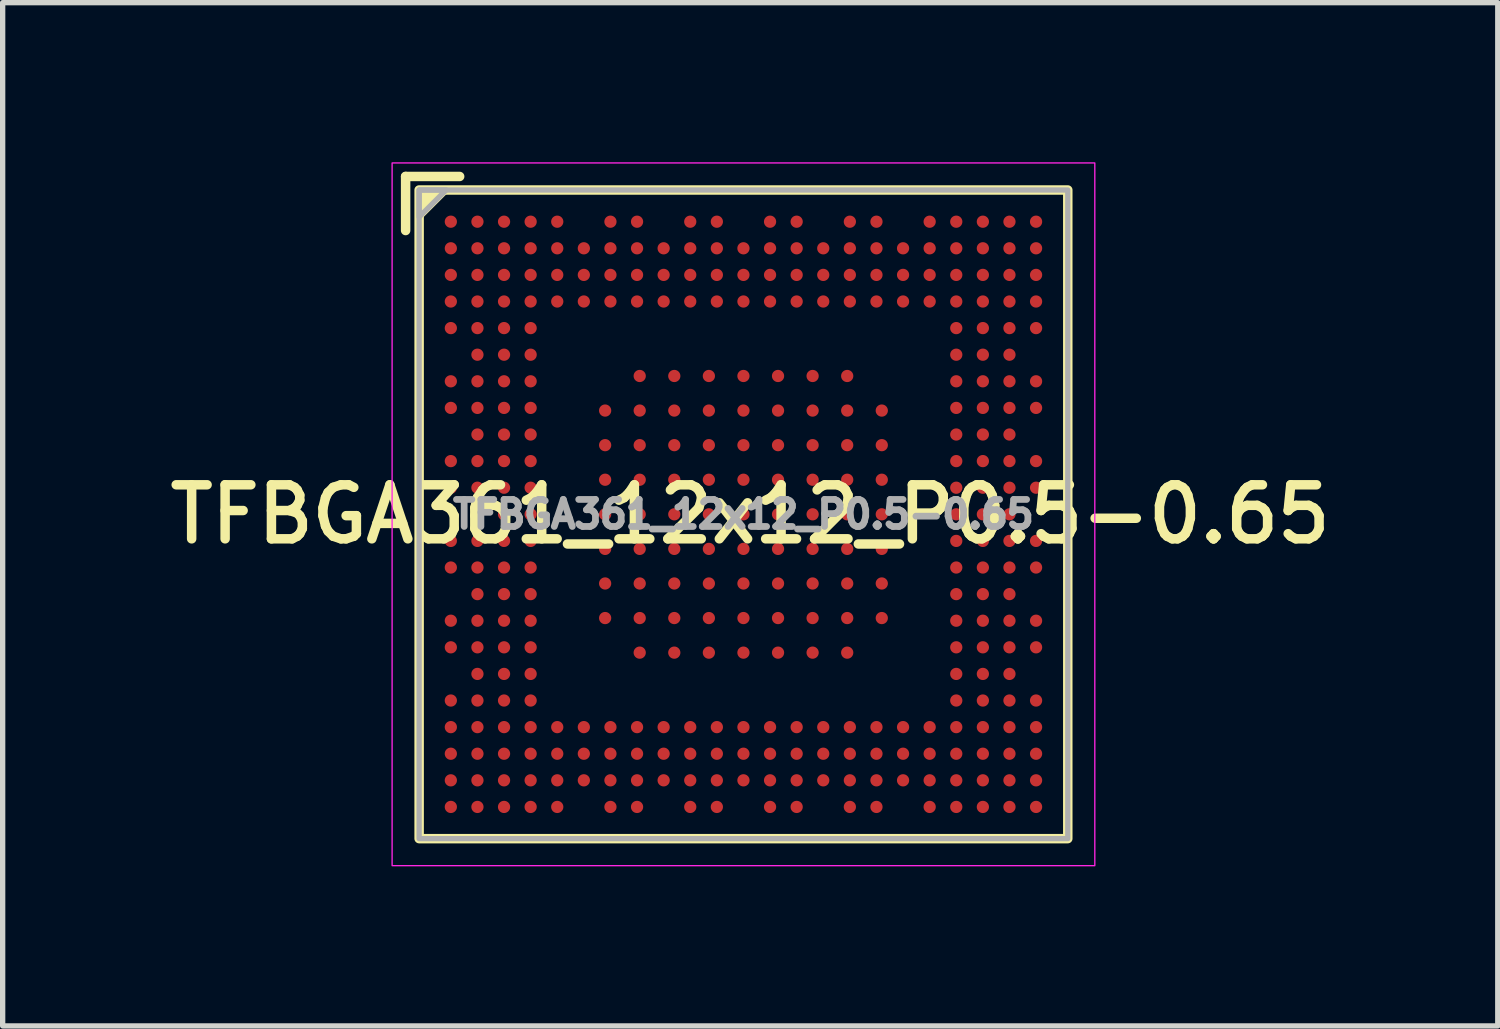
<source format=kicad_pcb>
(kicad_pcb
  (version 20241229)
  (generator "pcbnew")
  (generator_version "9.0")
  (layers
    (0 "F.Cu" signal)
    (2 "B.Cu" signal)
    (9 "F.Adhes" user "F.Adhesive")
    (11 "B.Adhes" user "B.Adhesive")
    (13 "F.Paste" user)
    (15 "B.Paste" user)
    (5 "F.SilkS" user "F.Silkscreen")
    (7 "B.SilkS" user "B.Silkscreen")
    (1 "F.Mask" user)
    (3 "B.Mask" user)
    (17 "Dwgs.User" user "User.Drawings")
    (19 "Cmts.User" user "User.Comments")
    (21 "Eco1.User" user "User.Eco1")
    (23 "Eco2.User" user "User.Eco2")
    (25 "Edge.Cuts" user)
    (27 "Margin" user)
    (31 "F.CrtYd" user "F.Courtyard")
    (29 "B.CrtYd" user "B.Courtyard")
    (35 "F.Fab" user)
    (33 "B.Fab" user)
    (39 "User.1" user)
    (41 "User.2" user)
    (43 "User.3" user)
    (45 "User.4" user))
  (footprint "TFBGA361_12x12_P0.5-0.65"
    (layer "F.Cu")
    (at 10.924 6.617)
    (property "Reference" "TFBGA361_12x12_P0.5-0.65" (at 0.127 0 0) (layer "F.SilkS") (effects (font (size 1.016 1.016) (thickness 0.178))))
    (attr smd)
    (fp_line (start -6.35 -6.35) (end -5.334 -6.35) (stroke (width 0.178) (type solid)) (layer "F.SilkS"))
    (fp_line (start -6.35 -5.334) (end -6.35 -6.35) (stroke (width 0.178) (type solid)) (layer "F.SilkS"))
    (fp_rect (start -6.096 -6.096) (end 6.096 6.096) (stroke (width 0.178) (type solid)) (fill no) (layer "F.SilkS"))
    (fp_poly (pts (xy -6.096 -5.588) (xy -6.096 -6.096) (xy -5.588 -6.096)) (stroke (width 0.12) (type solid)) (fill yes) (layer "F.SilkS"))
    (fp_rect (start -6.604 -6.604) (end 6.604 6.604) (stroke (width 0.025) (type solid)) (fill no) (layer "F.CrtYd"))
    (fp_rect (start -6.096 -6.096) (end 6.096 6.096) (stroke (width 0.1) (type solid)) (fill no) (layer "F.Fab"))
    (fp_poly (pts (xy -6.096 -5.588) (xy -6.096 -6.096) (xy -5.588 -6.096)) (stroke (width 0.1) (type solid)) (fill no) (layer "F.Fab"))
    (fp_text user "${REFERENCE}" (at 0 0 0) (layer "F.Fab") (effects (font (size 0.508 0.508) (thickness 0.127))))
    (pad "1A2" smd circle (at -1.95 -2.6) (size 0.23 0.23) (layers "F.Cu" "F.Mask" "F.Paste"))
    (pad "1A3" smd circle (at -1.3 -2.6) (size 0.23 0.23) (layers "F.Cu" "F.Mask" "F.Paste"))
    (pad "1A4" smd circle (at -0.65 -2.6) (size 0.23 0.23) (layers "F.Cu" "F.Mask" "F.Paste"))
    (pad "1A5" smd circle (at 0 -2.6) (size 0.23 0.23) (layers "F.Cu" "F.Mask" "F.Paste"))
    (pad "1A6" smd circle (at 0.65 -2.6) (size 0.23 0.23) (layers "F.Cu" "F.Mask" "F.Paste"))
    (pad "1A7" smd circle (at 1.3 -2.6) (size 0.23 0.23) (layers "F.Cu" "F.Mask" "F.Paste"))
    (pad "1A8" smd circle (at 1.95 -2.6) (size 0.23 0.23) (layers "F.Cu" "F.Mask" "F.Paste"))
    (pad "1B1" smd circle (at -2.6 -1.95) (size 0.23 0.23) (layers "F.Cu" "F.Mask" "F.Paste"))
    (pad "1B2" smd circle (at -1.95 -1.95) (size 0.23 0.23) (layers "F.Cu" "F.Mask" "F.Paste"))
    (pad "1B3" smd circle (at -1.3 -1.95) (size 0.23 0.23) (layers "F.Cu" "F.Mask" "F.Paste"))
    (pad "1B4" smd circle (at -0.65 -1.95) (size 0.23 0.23) (layers "F.Cu" "F.Mask" "F.Paste"))
    (pad "1B5" smd circle (at 0 -1.95) (size 0.23 0.23) (layers "F.Cu" "F.Mask" "F.Paste"))
    (pad "1B6" smd circle (at 0.65 -1.95) (size 0.23 0.23) (layers "F.Cu" "F.Mask" "F.Paste"))
    (pad "1B7" smd circle (at 1.3 -1.95) (size 0.23 0.23) (layers "F.Cu" "F.Mask" "F.Paste"))
    (pad "1B8" smd circle (at 1.95 -1.95) (size 0.23 0.23) (layers "F.Cu" "F.Mask" "F.Paste"))
    (pad "1B9" smd circle (at 2.6 -1.95) (size 0.23 0.23) (layers "F.Cu" "F.Mask" "F.Paste"))
    (pad "1C1" smd circle (at -2.6 -1.3) (size 0.23 0.23) (layers "F.Cu" "F.Mask" "F.Paste"))
    (pad "1C2" smd circle (at -1.95 -1.3) (size 0.23 0.23) (layers "F.Cu" "F.Mask" "F.Paste"))
    (pad "1C3" smd circle (at -1.3 -1.3) (size 0.23 0.23) (layers "F.Cu" "F.Mask" "F.Paste"))
    (pad "1C4" smd circle (at -0.65 -1.3) (size 0.23 0.23) (layers "F.Cu" "F.Mask" "F.Paste"))
    (pad "1C5" smd circle (at 0 -1.3) (size 0.23 0.23) (layers "F.Cu" "F.Mask" "F.Paste"))
    (pad "1C6" smd circle (at 0.65 -1.3) (size 0.23 0.23) (layers "F.Cu" "F.Mask" "F.Paste"))
    (pad "1C7" smd circle (at 1.3 -1.3) (size 0.23 0.23) (layers "F.Cu" "F.Mask" "F.Paste"))
    (pad "1C8" smd circle (at 1.95 -1.3) (size 0.23 0.23) (layers "F.Cu" "F.Mask" "F.Paste"))
    (pad "1C9" smd circle (at 2.6 -1.3) (size 0.23 0.23) (layers "F.Cu" "F.Mask" "F.Paste"))
    (pad "1D1" smd circle (at -2.6 -0.65) (size 0.23 0.23) (layers "F.Cu" "F.Mask" "F.Paste"))
    (pad "1D2" smd circle (at -1.95 -0.65) (size 0.23 0.23) (layers "F.Cu" "F.Mask" "F.Paste"))
    (pad "1D3" smd circle (at -1.3 -0.65) (size 0.23 0.23) (layers "F.Cu" "F.Mask" "F.Paste"))
    (pad "1D4" smd circle (at -0.65 -0.65) (size 0.23 0.23) (layers "F.Cu" "F.Mask" "F.Paste"))
    (pad "1D5" smd circle (at 0 -0.65) (size 0.23 0.23) (layers "F.Cu" "F.Mask" "F.Paste"))
    (pad "1D6" smd circle (at 0.65 -0.65) (size 0.23 0.23) (layers "F.Cu" "F.Mask" "F.Paste"))
    (pad "1D7" smd circle (at 1.3 -0.65) (size 0.23 0.23) (layers "F.Cu" "F.Mask" "F.Paste"))
    (pad "1D8" smd circle (at 1.95 -0.65) (size 0.23 0.23) (layers "F.Cu" "F.Mask" "F.Paste"))
    (pad "1D9" smd circle (at 2.6 -0.65) (size 0.23 0.23) (layers "F.Cu" "F.Mask" "F.Paste"))
    (pad "1E1" smd circle (at -2.6 0) (size 0.23 0.23) (layers "F.Cu" "F.Mask" "F.Paste"))
    (pad "1E2" smd circle (at -1.95 0) (size 0.23 0.23) (layers "F.Cu" "F.Mask" "F.Paste"))
    (pad "1E3" smd circle (at -1.3 0) (size 0.23 0.23) (layers "F.Cu" "F.Mask" "F.Paste"))
    (pad "1E4" smd circle (at -0.65 0) (size 0.23 0.23) (layers "F.Cu" "F.Mask" "F.Paste"))
    (pad "1E5" smd circle (at 0 0) (size 0.23 0.23) (layers "F.Cu" "F.Mask" "F.Paste"))
    (pad "1E6" smd circle (at 0.65 0) (size 0.23 0.23) (layers "F.Cu" "F.Mask" "F.Paste"))
    (pad "1E7" smd circle (at 1.3 0) (size 0.23 0.23) (layers "F.Cu" "F.Mask" "F.Paste"))
    (pad "1E8" smd circle (at 1.95 0) (size 0.23 0.23) (layers "F.Cu" "F.Mask" "F.Paste"))
    (pad "1E9" smd circle (at 2.6 0) (size 0.23 0.23) (layers "F.Cu" "F.Mask" "F.Paste"))
    (pad "1F1" smd circle (at -2.6 0.65) (size 0.23 0.23) (layers "F.Cu" "F.Mask" "F.Paste"))
    (pad "1F2" smd circle (at -1.95 0.65) (size 0.23 0.23) (layers "F.Cu" "F.Mask" "F.Paste"))
    (pad "1F3" smd circle (at -1.3 0.65) (size 0.23 0.23) (layers "F.Cu" "F.Mask" "F.Paste"))
    (pad "1F4" smd circle (at -0.65 0.65) (size 0.23 0.23) (layers "F.Cu" "F.Mask" "F.Paste"))
    (pad "1F5" smd circle (at 0 0.65) (size 0.23 0.23) (layers "F.Cu" "F.Mask" "F.Paste"))
    (pad "1F6" smd circle (at 0.65 0.65) (size 0.23 0.23) (layers "F.Cu" "F.Mask" "F.Paste"))
    (pad "1F7" smd circle (at 1.3 0.65) (size 0.23 0.23) (layers "F.Cu" "F.Mask" "F.Paste"))
    (pad "1F8" smd circle (at 1.95 0.65) (size 0.23 0.23) (layers "F.Cu" "F.Mask" "F.Paste"))
    (pad "1F9" smd circle (at 2.6 0.65) (size 0.23 0.23) (layers "F.Cu" "F.Mask" "F.Paste"))
    (pad "1G1" smd circle (at -2.6 1.3) (size 0.23 0.23) (layers "F.Cu" "F.Mask" "F.Paste"))
    (pad "1G2" smd circle (at -1.95 1.3) (size 0.23 0.23) (layers "F.Cu" "F.Mask" "F.Paste"))
    (pad "1G3" smd circle (at -1.3 1.3) (size 0.23 0.23) (layers "F.Cu" "F.Mask" "F.Paste"))
    (pad "1G4" smd circle (at -0.65 1.3) (size 0.23 0.23) (layers "F.Cu" "F.Mask" "F.Paste"))
    (pad "1G5" smd circle (at 0 1.3) (size 0.23 0.23) (layers "F.Cu" "F.Mask" "F.Paste"))
    (pad "1G6" smd circle (at 0.65 1.3) (size 0.23 0.23) (layers "F.Cu" "F.Mask" "F.Paste"))
    (pad "1G7" smd circle (at 1.3 1.3) (size 0.23 0.23) (layers "F.Cu" "F.Mask" "F.Paste"))
    (pad "1G8" smd circle (at 1.95 1.3) (size 0.23 0.23) (layers "F.Cu" "F.Mask" "F.Paste"))
    (pad "1G9" smd circle (at 2.6 1.3) (size 0.23 0.23) (layers "F.Cu" "F.Mask" "F.Paste"))
    (pad "1H1" smd circle (at -2.6 1.95) (size 0.23 0.23) (layers "F.Cu" "F.Mask" "F.Paste"))
    (pad "1H2" smd circle (at -1.95 1.95) (size 0.23 0.23) (layers "F.Cu" "F.Mask" "F.Paste"))
    (pad "1H3" smd circle (at -1.3 1.95) (size 0.23 0.23) (layers "F.Cu" "F.Mask" "F.Paste"))
    (pad "1H4" smd circle (at -0.65 1.95) (size 0.23 0.23) (layers "F.Cu" "F.Mask" "F.Paste"))
    (pad "1H5" smd circle (at 0 1.95) (size 0.23 0.23) (layers "F.Cu" "F.Mask" "F.Paste"))
    (pad "1H6" smd circle (at 0.65 1.95) (size 0.23 0.23) (layers "F.Cu" "F.Mask" "F.Paste"))
    (pad "1H7" smd circle (at 1.3 1.95) (size 0.23 0.23) (layers "F.Cu" "F.Mask" "F.Paste"))
    (pad "1H8" smd circle (at 1.95 1.95) (size 0.23 0.23) (layers "F.Cu" "F.Mask" "F.Paste"))
    (pad "1H9" smd circle (at 2.6 1.95) (size 0.23 0.23) (layers "F.Cu" "F.Mask" "F.Paste"))
    (pad "1J2" smd circle (at -1.95 2.6) (size 0.23 0.23) (layers "F.Cu" "F.Mask" "F.Paste"))
    (pad "1J3" smd circle (at -1.3 2.6) (size 0.23 0.23) (layers "F.Cu" "F.Mask" "F.Paste"))
    (pad "1J4" smd circle (at -0.65 2.6) (size 0.23 0.23) (layers "F.Cu" "F.Mask" "F.Paste"))
    (pad "1J5" smd circle (at 0 2.6) (size 0.23 0.23) (layers "F.Cu" "F.Mask" "F.Paste"))
    (pad "1J6" smd circle (at 0.65 2.6) (size 0.23 0.23) (layers "F.Cu" "F.Mask" "F.Paste"))
    (pad "1J7" smd circle (at 1.3 2.6) (size 0.23 0.23) (layers "F.Cu" "F.Mask" "F.Paste"))
    (pad "1J8" smd circle (at 1.95 2.6) (size 0.23 0.23) (layers "F.Cu" "F.Mask" "F.Paste"))
    (pad "A1" smd circle (at -5.5 -5.5) (size 0.23 0.23) (layers "F.Cu" "F.Mask" "F.Paste"))
    (pad "A2" smd circle (at -5 -5.5) (size 0.23 0.23) (layers "F.Cu" "F.Mask" "F.Paste"))
    (pad "A3" smd circle (at -4.5 -5.5) (size 0.23 0.23) (layers "F.Cu" "F.Mask" "F.Paste"))
    (pad "A4" smd circle (at -4 -5.5) (size 0.23 0.23) (layers "F.Cu" "F.Mask" "F.Paste"))
    (pad "A5" smd circle (at -3.5 -5.5) (size 0.23 0.23) (layers "F.Cu" "F.Mask" "F.Paste"))
    (pad "A7" smd circle (at -2.5 -5.5) (size 0.23 0.23) (layers "F.Cu" "F.Mask" "F.Paste"))
    (pad "A8" smd circle (at -2 -5.5) (size 0.23 0.23) (layers "F.Cu" "F.Mask" "F.Paste"))
    (pad "A10" smd circle (at -1 -5.5) (size 0.23 0.23) (layers "F.Cu" "F.Mask" "F.Paste"))
    (pad "A11" smd circle (at -0.5 -5.5) (size 0.23 0.23) (layers "F.Cu" "F.Mask" "F.Paste"))
    (pad "A13" smd circle (at 0.5 -5.5) (size 0.23 0.23) (layers "F.Cu" "F.Mask" "F.Paste"))
    (pad "A14" smd circle (at 1 -5.5) (size 0.23 0.23) (layers "F.Cu" "F.Mask" "F.Paste"))
    (pad "A16" smd circle (at 2 -5.5) (size 0.23 0.23) (layers "F.Cu" "F.Mask" "F.Paste"))
    (pad "A17" smd circle (at 2.5 -5.5) (size 0.23 0.23) (layers "F.Cu" "F.Mask" "F.Paste"))
    (pad "A19" smd circle (at 3.5 -5.5) (size 0.23 0.23) (layers "F.Cu" "F.Mask" "F.Paste"))
    (pad "A20" smd circle (at 4 -5.5) (size 0.23 0.23) (layers "F.Cu" "F.Mask" "F.Paste"))
    (pad "A21" smd circle (at 4.5 -5.5) (size 0.23 0.23) (layers "F.Cu" "F.Mask" "F.Paste"))
    (pad "A22" smd circle (at 5 -5.5) (size 0.23 0.23) (layers "F.Cu" "F.Mask" "F.Paste"))
    (pad "A23" smd circle (at 5.5 -5.5) (size 0.23 0.23) (layers "F.Cu" "F.Mask" "F.Paste"))
    (pad "AA1" smd circle (at -5.5 4.5) (size 0.23 0.23) (layers "F.Cu" "F.Mask" "F.Paste"))
    (pad "AA2" smd circle (at -5 4.5) (size 0.23 0.23) (layers "F.Cu" "F.Mask" "F.Paste"))
    (pad "AA3" smd circle (at -4.5 4.5) (size 0.23 0.23) (layers "F.Cu" "F.Mask" "F.Paste"))
    (pad "AA4" smd circle (at -4 4.5) (size 0.23 0.23) (layers "F.Cu" "F.Mask" "F.Paste"))
    (pad "AA5" smd circle (at -3.5 4.5) (size 0.23 0.23) (layers "F.Cu" "F.Mask" "F.Paste"))
    (pad "AA6" smd circle (at -3 4.5) (size 0.23 0.23) (layers "F.Cu" "F.Mask" "F.Paste"))
    (pad "AA7" smd circle (at -2.5 4.5) (size 0.23 0.23) (layers "F.Cu" "F.Mask" "F.Paste"))
    (pad "AA8" smd circle (at -2 4.5) (size 0.23 0.23) (layers "F.Cu" "F.Mask" "F.Paste"))
    (pad "AA9" smd circle (at -1.5 4.5) (size 0.23 0.23) (layers "F.Cu" "F.Mask" "F.Paste"))
    (pad "AA10" smd circle (at -1 4.5) (size 0.23 0.23) (layers "F.Cu" "F.Mask" "F.Paste"))
    (pad "AA11" smd circle (at -0.5 4.5) (size 0.23 0.23) (layers "F.Cu" "F.Mask" "F.Paste"))
    (pad "AA12" smd circle (at 0 4.5) (size 0.23 0.23) (layers "F.Cu" "F.Mask" "F.Paste"))
    (pad "AA13" smd circle (at 0.5 4.5) (size 0.23 0.23) (layers "F.Cu" "F.Mask" "F.Paste"))
    (pad "AA14" smd circle (at 1 4.5) (size 0.23 0.23) (layers "F.Cu" "F.Mask" "F.Paste"))
    (pad "AA15" smd circle (at 1.5 4.5) (size 0.23 0.23) (layers "F.Cu" "F.Mask" "F.Paste"))
    (pad "AA16" smd circle (at 2 4.5) (size 0.23 0.23) (layers "F.Cu" "F.Mask" "F.Paste"))
    (pad "AA17" smd circle (at 2.5 4.5) (size 0.23 0.23) (layers "F.Cu" "F.Mask" "F.Paste"))
    (pad "AA18" smd circle (at 3 4.5) (size 0.23 0.23) (layers "F.Cu" "F.Mask" "F.Paste"))
    (pad "AA19" smd circle (at 3.5 4.5) (size 0.23 0.23) (layers "F.Cu" "F.Mask" "F.Paste"))
    (pad "AA20" smd circle (at 4 4.5) (size 0.23 0.23) (layers "F.Cu" "F.Mask" "F.Paste"))
    (pad "AA21" smd circle (at 4.5 4.5) (size 0.23 0.23) (layers "F.Cu" "F.Mask" "F.Paste"))
    (pad "AA22" smd circle (at 5 4.5) (size 0.23 0.23) (layers "F.Cu" "F.Mask" "F.Paste"))
    (pad "AA23" smd circle (at 5.5 4.5) (size 0.23 0.23) (layers "F.Cu" "F.Mask" "F.Paste"))
    (pad "AB1" smd circle (at -5.5 5) (size 0.23 0.23) (layers "F.Cu" "F.Mask" "F.Paste"))
    (pad "AB2" smd circle (at -5 5) (size 0.23 0.23) (layers "F.Cu" "F.Mask" "F.Paste"))
    (pad "AB3" smd circle (at -4.5 5) (size 0.23 0.23) (layers "F.Cu" "F.Mask" "F.Paste"))
    (pad "AB4" smd circle (at -4 5) (size 0.23 0.23) (layers "F.Cu" "F.Mask" "F.Paste"))
    (pad "AB5" smd circle (at -3.5 5) (size 0.23 0.23) (layers "F.Cu" "F.Mask" "F.Paste"))
    (pad "AB6" smd circle (at -3 5) (size 0.23 0.23) (layers "F.Cu" "F.Mask" "F.Paste"))
    (pad "AB7" smd circle (at -2.5 5) (size 0.23 0.23) (layers "F.Cu" "F.Mask" "F.Paste"))
    (pad "AB8" smd circle (at -2 5) (size 0.23 0.23) (layers "F.Cu" "F.Mask" "F.Paste"))
    (pad "AB9" smd circle (at -1.5 5) (size 0.23 0.23) (layers "F.Cu" "F.Mask" "F.Paste"))
    (pad "AB10" smd circle (at -1 5) (size 0.23 0.23) (layers "F.Cu" "F.Mask" "F.Paste"))
    (pad "AB11" smd circle (at -0.5 5) (size 0.23 0.23) (layers "F.Cu" "F.Mask" "F.Paste"))
    (pad "AB12" smd circle (at 0 5) (size 0.23 0.23) (layers "F.Cu" "F.Mask" "F.Paste"))
    (pad "AB13" smd circle (at 0.5 5) (size 0.23 0.23) (layers "F.Cu" "F.Mask" "F.Paste"))
    (pad "AB14" smd circle (at 1 5) (size 0.23 0.23) (layers "F.Cu" "F.Mask" "F.Paste"))
    (pad "AB15" smd circle (at 1.5 5) (size 0.23 0.23) (layers "F.Cu" "F.Mask" "F.Paste"))
    (pad "AB16" smd circle (at 2 5) (size 0.23 0.23) (layers "F.Cu" "F.Mask" "F.Paste"))
    (pad "AB17" smd circle (at 2.5 5) (size 0.23 0.23) (layers "F.Cu" "F.Mask" "F.Paste"))
    (pad "AB18" smd circle (at 3 5) (size 0.23 0.23) (layers "F.Cu" "F.Mask" "F.Paste"))
    (pad "AB19" smd circle (at 3.5 5) (size 0.23 0.23) (layers "F.Cu" "F.Mask" "F.Paste"))
    (pad "AB20" smd circle (at 4 5) (size 0.23 0.23) (layers "F.Cu" "F.Mask" "F.Paste"))
    (pad "AB21" smd circle (at 4.5 5) (size 0.23 0.23) (layers "F.Cu" "F.Mask" "F.Paste"))
    (pad "AB22" smd circle (at 5 5) (size 0.23 0.23) (layers "F.Cu" "F.Mask" "F.Paste"))
    (pad "AB23" smd circle (at 5.5 5) (size 0.23 0.23) (layers "F.Cu" "F.Mask" "F.Paste"))
    (pad "AC1" smd circle (at -5.5 5.5) (size 0.23 0.23) (layers "F.Cu" "F.Mask" "F.Paste"))
    (pad "AC2" smd circle (at -5 5.5) (size 0.23 0.23) (layers "F.Cu" "F.Mask" "F.Paste"))
    (pad "AC3" smd circle (at -4.5 5.5) (size 0.23 0.23) (layers "F.Cu" "F.Mask" "F.Paste"))
    (pad "AC4" smd circle (at -4 5.5) (size 0.23 0.23) (layers "F.Cu" "F.Mask" "F.Paste"))
    (pad "AC5" smd circle (at -3.5 5.5) (size 0.23 0.23) (layers "F.Cu" "F.Mask" "F.Paste"))
    (pad "AC7" smd circle (at -2.5 5.5) (size 0.23 0.23) (layers "F.Cu" "F.Mask" "F.Paste"))
    (pad "AC8" smd circle (at -2 5.5) (size 0.23 0.23) (layers "F.Cu" "F.Mask" "F.Paste"))
    (pad "AC10" smd circle (at -1 5.5) (size 0.23 0.23) (layers "F.Cu" "F.Mask" "F.Paste"))
    (pad "AC11" smd circle (at -0.5 5.5) (size 0.23 0.23) (layers "F.Cu" "F.Mask" "F.Paste"))
    (pad "AC13" smd circle (at 0.5 5.5) (size 0.23 0.23) (layers "F.Cu" "F.Mask" "F.Paste"))
    (pad "AC14" smd circle (at 1 5.5) (size 0.23 0.23) (layers "F.Cu" "F.Mask" "F.Paste"))
    (pad "AC16" smd circle (at 2 5.5) (size 0.23 0.23) (layers "F.Cu" "F.Mask" "F.Paste"))
    (pad "AC17" smd circle (at 2.5 5.5) (size 0.23 0.23) (layers "F.Cu" "F.Mask" "F.Paste"))
    (pad "AC19" smd circle (at 3.5 5.5) (size 0.23 0.23) (layers "F.Cu" "F.Mask" "F.Paste"))
    (pad "AC20" smd circle (at 4 5.5) (size 0.23 0.23) (layers "F.Cu" "F.Mask" "F.Paste"))
    (pad "AC21" smd circle (at 4.5 5.5) (size 0.23 0.23) (layers "F.Cu" "F.Mask" "F.Paste"))
    (pad "AC22" smd circle (at 5 5.5) (size 0.23 0.23) (layers "F.Cu" "F.Mask" "F.Paste"))
    (pad "AC23" smd circle (at 5.5 5.5) (size 0.23 0.23) (layers "F.Cu" "F.Mask" "F.Paste"))
    (pad "B1" smd circle (at -5.5 -5) (size 0.23 0.23) (layers "F.Cu" "F.Mask" "F.Paste"))
    (pad "B2" smd circle (at -5 -5) (size 0.23 0.23) (layers "F.Cu" "F.Mask" "F.Paste"))
    (pad "B3" smd circle (at -4.5 -5) (size 0.23 0.23) (layers "F.Cu" "F.Mask" "F.Paste"))
    (pad "B4" smd circle (at -4 -5) (size 0.23 0.23) (layers "F.Cu" "F.Mask" "F.Paste"))
    (pad "B5" smd circle (at -3.5 -5) (size 0.23 0.23) (layers "F.Cu" "F.Mask" "F.Paste"))
    (pad "B6" smd circle (at -3 -5) (size 0.23 0.23) (layers "F.Cu" "F.Mask" "F.Paste"))
    (pad "B7" smd circle (at -2.5 -5) (size 0.23 0.23) (layers "F.Cu" "F.Mask" "F.Paste"))
    (pad "B8" smd circle (at -2 -5) (size 0.23 0.23) (layers "F.Cu" "F.Mask" "F.Paste"))
    (pad "B9" smd circle (at -1.5 -5) (size 0.23 0.23) (layers "F.Cu" "F.Mask" "F.Paste"))
    (pad "B10" smd circle (at -1 -5) (size 0.23 0.23) (layers "F.Cu" "F.Mask" "F.Paste"))
    (pad "B11" smd circle (at -0.5 -5) (size 0.23 0.23) (layers "F.Cu" "F.Mask" "F.Paste"))
    (pad "B12" smd circle (at 0 -5) (size 0.23 0.23) (layers "F.Cu" "F.Mask" "F.Paste"))
    (pad "B13" smd circle (at 0.5 -5) (size 0.23 0.23) (layers "F.Cu" "F.Mask" "F.Paste"))
    (pad "B14" smd circle (at 1 -5) (size 0.23 0.23) (layers "F.Cu" "F.Mask" "F.Paste"))
    (pad "B15" smd circle (at 1.5 -5) (size 0.23 0.23) (layers "F.Cu" "F.Mask" "F.Paste"))
    (pad "B16" smd circle (at 2 -5) (size 0.23 0.23) (layers "F.Cu" "F.Mask" "F.Paste"))
    (pad "B17" smd circle (at 2.5 -5) (size 0.23 0.23) (layers "F.Cu" "F.Mask" "F.Paste"))
    (pad "B18" smd circle (at 3 -5) (size 0.23 0.23) (layers "F.Cu" "F.Mask" "F.Paste"))
    (pad "B19" smd circle (at 3.5 -5) (size 0.23 0.23) (layers "F.Cu" "F.Mask" "F.Paste"))
    (pad "B20" smd circle (at 4 -5) (size 0.23 0.23) (layers "F.Cu" "F.Mask" "F.Paste"))
    (pad "B21" smd circle (at 4.5 -5) (size 0.23 0.23) (layers "F.Cu" "F.Mask" "F.Paste"))
    (pad "B22" smd circle (at 5 -5) (size 0.23 0.23) (layers "F.Cu" "F.Mask" "F.Paste"))
    (pad "B23" smd circle (at 5.5 -5) (size 0.23 0.23) (layers "F.Cu" "F.Mask" "F.Paste"))
    (pad "C1" smd circle (at -5.5 -4.5) (size 0.23 0.23) (layers "F.Cu" "F.Mask" "F.Paste"))
    (pad "C2" smd circle (at -5 -4.5) (size 0.23 0.23) (layers "F.Cu" "F.Mask" "F.Paste"))
    (pad "C3" smd circle (at -4.5 -4.5) (size 0.23 0.23) (layers "F.Cu" "F.Mask" "F.Paste"))
    (pad "C4" smd circle (at -4 -4.5) (size 0.23 0.23) (layers "F.Cu" "F.Mask" "F.Paste"))
    (pad "C5" smd circle (at -3.5 -4.5) (size 0.23 0.23) (layers "F.Cu" "F.Mask" "F.Paste"))
    (pad "C6" smd circle (at -3 -4.5) (size 0.23 0.23) (layers "F.Cu" "F.Mask" "F.Paste"))
    (pad "C7" smd circle (at -2.5 -4.5) (size 0.23 0.23) (layers "F.Cu" "F.Mask" "F.Paste"))
    (pad "C8" smd circle (at -2 -4.5) (size 0.23 0.23) (layers "F.Cu" "F.Mask" "F.Paste"))
    (pad "C9" smd circle (at -1.5 -4.5) (size 0.23 0.23) (layers "F.Cu" "F.Mask" "F.Paste"))
    (pad "C10" smd circle (at -1 -4.5) (size 0.23 0.23) (layers "F.Cu" "F.Mask" "F.Paste"))
    (pad "C11" smd circle (at -0.5 -4.5) (size 0.23 0.23) (layers "F.Cu" "F.Mask" "F.Paste"))
    (pad "C12" smd circle (at 0 -4.5) (size 0.23 0.23) (layers "F.Cu" "F.Mask" "F.Paste"))
    (pad "C13" smd circle (at 0.5 -4.5) (size 0.23 0.23) (layers "F.Cu" "F.Mask" "F.Paste"))
    (pad "C14" smd circle (at 1 -4.5) (size 0.23 0.23) (layers "F.Cu" "F.Mask" "F.Paste"))
    (pad "C15" smd circle (at 1.5 -4.5) (size 0.23 0.23) (layers "F.Cu" "F.Mask" "F.Paste"))
    (pad "C16" smd circle (at 2 -4.5) (size 0.23 0.23) (layers "F.Cu" "F.Mask" "F.Paste"))
    (pad "C17" smd circle (at 2.5 -4.5) (size 0.23 0.23) (layers "F.Cu" "F.Mask" "F.Paste"))
    (pad "C18" smd circle (at 3 -4.5) (size 0.23 0.23) (layers "F.Cu" "F.Mask" "F.Paste"))
    (pad "C19" smd circle (at 3.5 -4.5) (size 0.23 0.23) (layers "F.Cu" "F.Mask" "F.Paste"))
    (pad "C20" smd circle (at 4 -4.5) (size 0.23 0.23) (layers "F.Cu" "F.Mask" "F.Paste"))
    (pad "C21" smd circle (at 4.5 -4.5) (size 0.23 0.23) (layers "F.Cu" "F.Mask" "F.Paste"))
    (pad "C22" smd circle (at 5 -4.5) (size 0.23 0.23) (layers "F.Cu" "F.Mask" "F.Paste"))
    (pad "C23" smd circle (at 5.5 -4.5) (size 0.23 0.23) (layers "F.Cu" "F.Mask" "F.Paste"))
    (pad "D1" smd circle (at -5.5 -4) (size 0.23 0.23) (layers "F.Cu" "F.Mask" "F.Paste"))
    (pad "D2" smd circle (at -5 -4) (size 0.23 0.23) (layers "F.Cu" "F.Mask" "F.Paste"))
    (pad "D3" smd circle (at -4.5 -4) (size 0.23 0.23) (layers "F.Cu" "F.Mask" "F.Paste"))
    (pad "D4" smd circle (at -4 -4) (size 0.23 0.23) (layers "F.Cu" "F.Mask" "F.Paste"))
    (pad "D5" smd circle (at -3.5 -4) (size 0.23 0.23) (layers "F.Cu" "F.Mask" "F.Paste"))
    (pad "D6" smd circle (at -3 -4) (size 0.23 0.23) (layers "F.Cu" "F.Mask" "F.Paste"))
    (pad "D7" smd circle (at -2.5 -4) (size 0.23 0.23) (layers "F.Cu" "F.Mask" "F.Paste"))
    (pad "D8" smd circle (at -2 -4) (size 0.23 0.23) (layers "F.Cu" "F.Mask" "F.Paste"))
    (pad "D9" smd circle (at -1.5 -4) (size 0.23 0.23) (layers "F.Cu" "F.Mask" "F.Paste"))
    (pad "D10" smd circle (at -1 -4) (size 0.23 0.23) (layers "F.Cu" "F.Mask" "F.Paste"))
    (pad "D11" smd circle (at -0.5 -4) (size 0.23 0.23) (layers "F.Cu" "F.Mask" "F.Paste"))
    (pad "D12" smd circle (at 0 -4) (size 0.23 0.23) (layers "F.Cu" "F.Mask" "F.Paste"))
    (pad "D13" smd circle (at 0.5 -4) (size 0.23 0.23) (layers "F.Cu" "F.Mask" "F.Paste"))
    (pad "D14" smd circle (at 1 -4) (size 0.23 0.23) (layers "F.Cu" "F.Mask" "F.Paste"))
    (pad "D15" smd circle (at 1.5 -4) (size 0.23 0.23) (layers "F.Cu" "F.Mask" "F.Paste"))
    (pad "D16" smd circle (at 2 -4) (size 0.23 0.23) (layers "F.Cu" "F.Mask" "F.Paste"))
    (pad "D17" smd circle (at 2.5 -4) (size 0.23 0.23) (layers "F.Cu" "F.Mask" "F.Paste"))
    (pad "D18" smd circle (at 3 -4) (size 0.23 0.23) (layers "F.Cu" "F.Mask" "F.Paste"))
    (pad "D19" smd circle (at 3.5 -4) (size 0.23 0.23) (layers "F.Cu" "F.Mask" "F.Paste"))
    (pad "D20" smd circle (at 4 -4) (size 0.23 0.23) (layers "F.Cu" "F.Mask" "F.Paste"))
    (pad "D21" smd circle (at 4.5 -4) (size 0.23 0.23) (layers "F.Cu" "F.Mask" "F.Paste"))
    (pad "D22" smd circle (at 5 -4) (size 0.23 0.23) (layers "F.Cu" "F.Mask" "F.Paste"))
    (pad "D23" smd circle (at 5.5 -4) (size 0.23 0.23) (layers "F.Cu" "F.Mask" "F.Paste"))
    (pad "E1" smd circle (at -5.5 -3.5) (size 0.23 0.23) (layers "F.Cu" "F.Mask" "F.Paste"))
    (pad "E2" smd circle (at -5 -3.5) (size 0.23 0.23) (layers "F.Cu" "F.Mask" "F.Paste"))
    (pad "E3" smd circle (at -4.5 -3.5) (size 0.23 0.23) (layers "F.Cu" "F.Mask" "F.Paste"))
    (pad "E4" smd circle (at -4 -3.5) (size 0.23 0.23) (layers "F.Cu" "F.Mask" "F.Paste"))
    (pad "E20" smd circle (at 4 -3.5) (size 0.23 0.23) (layers "F.Cu" "F.Mask" "F.Paste"))
    (pad "E21" smd circle (at 4.5 -3.5) (size 0.23 0.23) (layers "F.Cu" "F.Mask" "F.Paste"))
    (pad "E22" smd circle (at 5 -3.5) (size 0.23 0.23) (layers "F.Cu" "F.Mask" "F.Paste"))
    (pad "E23" smd circle (at 5.5 -3.5) (size 0.23 0.23) (layers "F.Cu" "F.Mask" "F.Paste"))
    (pad "F2" smd circle (at -5 -3) (size 0.23 0.23) (layers "F.Cu" "F.Mask" "F.Paste"))
    (pad "F3" smd circle (at -4.5 -3) (size 0.23 0.23) (layers "F.Cu" "F.Mask" "F.Paste"))
    (pad "F4" smd circle (at -4 -3) (size 0.23 0.23) (layers "F.Cu" "F.Mask" "F.Paste"))
    (pad "F20" smd circle (at 4 -3) (size 0.23 0.23) (layers "F.Cu" "F.Mask" "F.Paste"))
    (pad "F21" smd circle (at 4.5 -3) (size 0.23 0.23) (layers "F.Cu" "F.Mask" "F.Paste"))
    (pad "F22" smd circle (at 5 -3) (size 0.23 0.23) (layers "F.Cu" "F.Mask" "F.Paste"))
    (pad "G1" smd circle (at -5.5 -2.5) (size 0.23 0.23) (layers "F.Cu" "F.Mask" "F.Paste"))
    (pad "G2" smd circle (at -5 -2.5) (size 0.23 0.23) (layers "F.Cu" "F.Mask" "F.Paste"))
    (pad "G3" smd circle (at -4.5 -2.5) (size 0.23 0.23) (layers "F.Cu" "F.Mask" "F.Paste"))
    (pad "G4" smd circle (at -4 -2.5) (size 0.23 0.23) (layers "F.Cu" "F.Mask" "F.Paste"))
    (pad "G20" smd circle (at 4 -2.5) (size 0.23 0.23) (layers "F.Cu" "F.Mask" "F.Paste"))
    (pad "G21" smd circle (at 4.5 -2.5) (size 0.23 0.23) (layers "F.Cu" "F.Mask" "F.Paste"))
    (pad "G22" smd circle (at 5 -2.5) (size 0.23 0.23) (layers "F.Cu" "F.Mask" "F.Paste"))
    (pad "G23" smd circle (at 5.5 -2.5) (size 0.23 0.23) (layers "F.Cu" "F.Mask" "F.Paste"))
    (pad "H1" smd circle (at -5.5 -2) (size 0.23 0.23) (layers "F.Cu" "F.Mask" "F.Paste"))
    (pad "H2" smd circle (at -5 -2) (size 0.23 0.23) (layers "F.Cu" "F.Mask" "F.Paste"))
    (pad "H3" smd circle (at -4.5 -2) (size 0.23 0.23) (layers "F.Cu" "F.Mask" "F.Paste"))
    (pad "H4" smd circle (at -4 -2) (size 0.23 0.23) (layers "F.Cu" "F.Mask" "F.Paste"))
    (pad "H20" smd circle (at 4 -2) (size 0.23 0.23) (layers "F.Cu" "F.Mask" "F.Paste"))
    (pad "H21" smd circle (at 4.5 -2) (size 0.23 0.23) (layers "F.Cu" "F.Mask" "F.Paste"))
    (pad "H22" smd circle (at 5 -2) (size 0.23 0.23) (layers "F.Cu" "F.Mask" "F.Paste"))
    (pad "H23" smd circle (at 5.5 -2) (size 0.23 0.23) (layers "F.Cu" "F.Mask" "F.Paste"))
    (pad "J2" smd circle (at -5 -1.5) (size 0.23 0.23) (layers "F.Cu" "F.Mask" "F.Paste"))
    (pad "J3" smd circle (at -4.5 -1.5) (size 0.23 0.23) (layers "F.Cu" "F.Mask" "F.Paste"))
    (pad "J4" smd circle (at -4 -1.5) (size 0.23 0.23) (layers "F.Cu" "F.Mask" "F.Paste"))
    (pad "J20" smd circle (at 4 -1.5) (size 0.23 0.23) (layers "F.Cu" "F.Mask" "F.Paste"))
    (pad "J21" smd circle (at 4.5 -1.5) (size 0.23 0.23) (layers "F.Cu" "F.Mask" "F.Paste"))
    (pad "J22" smd circle (at 5 -1.5) (size 0.23 0.23) (layers "F.Cu" "F.Mask" "F.Paste"))
    (pad "K1" smd circle (at -5.5 -1) (size 0.23 0.23) (layers "F.Cu" "F.Mask" "F.Paste"))
    (pad "K2" smd circle (at -5 -1) (size 0.23 0.23) (layers "F.Cu" "F.Mask" "F.Paste"))
    (pad "K3" smd circle (at -4.5 -1) (size 0.23 0.23) (layers "F.Cu" "F.Mask" "F.Paste"))
    (pad "K4" smd circle (at -4 -1) (size 0.23 0.23) (layers "F.Cu" "F.Mask" "F.Paste"))
    (pad "K20" smd circle (at 4 -1) (size 0.23 0.23) (layers "F.Cu" "F.Mask" "F.Paste"))
    (pad "K21" smd circle (at 4.5 -1) (size 0.23 0.23) (layers "F.Cu" "F.Mask" "F.Paste"))
    (pad "K22" smd circle (at 5 -1) (size 0.23 0.23) (layers "F.Cu" "F.Mask" "F.Paste"))
    (pad "K23" smd circle (at 5.5 -1) (size 0.23 0.23) (layers "F.Cu" "F.Mask" "F.Paste"))
    (pad "L1" smd circle (at -5.5 -0.5) (size 0.23 0.23) (layers "F.Cu" "F.Mask" "F.Paste"))
    (pad "L2" smd circle (at -5 -0.5) (size 0.23 0.23) (layers "F.Cu" "F.Mask" "F.Paste"))
    (pad "L3" smd circle (at -4.5 -0.5) (size 0.23 0.23) (layers "F.Cu" "F.Mask" "F.Paste"))
    (pad "L4" smd circle (at -4 -0.5) (size 0.23 0.23) (layers "F.Cu" "F.Mask" "F.Paste"))
    (pad "L20" smd circle (at 4 -0.5) (size 0.23 0.23) (layers "F.Cu" "F.Mask" "F.Paste"))
    (pad "L21" smd circle (at 4.5 -0.5) (size 0.23 0.23) (layers "F.Cu" "F.Mask" "F.Paste"))
    (pad "L22" smd circle (at 5 -0.5) (size 0.23 0.23) (layers "F.Cu" "F.Mask" "F.Paste"))
    (pad "L23" smd circle (at 5.5 -0.5) (size 0.23 0.23) (layers "F.Cu" "F.Mask" "F.Paste"))
    (pad "M2" smd circle (at -5 0) (size 0.23 0.23) (layers "F.Cu" "F.Mask" "F.Paste"))
    (pad "M3" smd circle (at -4.5 0) (size 0.23 0.23) (layers "F.Cu" "F.Mask" "F.Paste"))
    (pad "M4" smd circle (at -4 0) (size 0.23 0.23) (layers "F.Cu" "F.Mask" "F.Paste"))
    (pad "M20" smd circle (at 4 0) (size 0.23 0.23) (layers "F.Cu" "F.Mask" "F.Paste"))
    (pad "M21" smd circle (at 4.5 0) (size 0.23 0.23) (layers "F.Cu" "F.Mask" "F.Paste"))
    (pad "M22" smd circle (at 5 0) (size 0.23 0.23) (layers "F.Cu" "F.Mask" "F.Paste"))
    (pad "N1" smd circle (at -5.5 0.5) (size 0.23 0.23) (layers "F.Cu" "F.Mask" "F.Paste"))
    (pad "N2" smd circle (at -5 0.5) (size 0.23 0.23) (layers "F.Cu" "F.Mask" "F.Paste"))
    (pad "N3" smd circle (at -4.5 0.5) (size 0.23 0.23) (layers "F.Cu" "F.Mask" "F.Paste"))
    (pad "N4" smd circle (at -4 0.5) (size 0.23 0.23) (layers "F.Cu" "F.Mask" "F.Paste"))
    (pad "N20" smd circle (at 4 0.5) (size 0.23 0.23) (layers "F.Cu" "F.Mask" "F.Paste"))
    (pad "N21" smd circle (at 4.5 0.5) (size 0.23 0.23) (layers "F.Cu" "F.Mask" "F.Paste"))
    (pad "N22" smd circle (at 5 0.5) (size 0.23 0.23) (layers "F.Cu" "F.Mask" "F.Paste"))
    (pad "N23" smd circle (at 5.5 0.5) (size 0.23 0.23) (layers "F.Cu" "F.Mask" "F.Paste"))
    (pad "P1" smd circle (at -5.5 1) (size 0.23 0.23) (layers "F.Cu" "F.Mask" "F.Paste"))
    (pad "P2" smd circle (at -5 1) (size 0.23 0.23) (layers "F.Cu" "F.Mask" "F.Paste"))
    (pad "P3" smd circle (at -4.5 1) (size 0.23 0.23) (layers "F.Cu" "F.Mask" "F.Paste"))
    (pad "P4" smd circle (at -4 1) (size 0.23 0.23) (layers "F.Cu" "F.Mask" "F.Paste"))
    (pad "P20" smd circle (at 4 1) (size 0.23 0.23) (layers "F.Cu" "F.Mask" "F.Paste"))
    (pad "P21" smd circle (at 4.5 1) (size 0.23 0.23) (layers "F.Cu" "F.Mask" "F.Paste"))
    (pad "P22" smd circle (at 5 1) (size 0.23 0.23) (layers "F.Cu" "F.Mask" "F.Paste"))
    (pad "P23" smd circle (at 5.5 1) (size 0.23 0.23) (layers "F.Cu" "F.Mask" "F.Paste"))
    (pad "R2" smd circle (at -5 1.5) (size 0.23 0.23) (layers "F.Cu" "F.Mask" "F.Paste"))
    (pad "R3" smd circle (at -4.5 1.5) (size 0.23 0.23) (layers "F.Cu" "F.Mask" "F.Paste"))
    (pad "R4" smd circle (at -4 1.5) (size 0.23 0.23) (layers "F.Cu" "F.Mask" "F.Paste"))
    (pad "R20" smd circle (at 4 1.5) (size 0.23 0.23) (layers "F.Cu" "F.Mask" "F.Paste"))
    (pad "R21" smd circle (at 4.5 1.5) (size 0.23 0.23) (layers "F.Cu" "F.Mask" "F.Paste"))
    (pad "R22" smd circle (at 5 1.5) (size 0.23 0.23) (layers "F.Cu" "F.Mask" "F.Paste"))
    (pad "T1" smd circle (at -5.5 2) (size 0.23 0.23) (layers "F.Cu" "F.Mask" "F.Paste"))
    (pad "T2" smd circle (at -5 2) (size 0.23 0.23) (layers "F.Cu" "F.Mask" "F.Paste"))
    (pad "T3" smd circle (at -4.5 2) (size 0.23 0.23) (layers "F.Cu" "F.Mask" "F.Paste"))
    (pad "T4" smd circle (at -4 2) (size 0.23 0.23) (layers "F.Cu" "F.Mask" "F.Paste"))
    (pad "T20" smd circle (at 4 2) (size 0.23 0.23) (layers "F.Cu" "F.Mask" "F.Paste"))
    (pad "T21" smd circle (at 4.5 2) (size 0.23 0.23) (layers "F.Cu" "F.Mask" "F.Paste"))
    (pad "T22" smd circle (at 5 2) (size 0.23 0.23) (layers "F.Cu" "F.Mask" "F.Paste"))
    (pad "T23" smd circle (at 5.5 2) (size 0.23 0.23) (layers "F.Cu" "F.Mask" "F.Paste"))
    (pad "U1" smd circle (at -5.5 2.5) (size 0.23 0.23) (layers "F.Cu" "F.Mask" "F.Paste"))
    (pad "U2" smd circle (at -5 2.5) (size 0.23 0.23) (layers "F.Cu" "F.Mask" "F.Paste"))
    (pad "U3" smd circle (at -4.5 2.5) (size 0.23 0.23) (layers "F.Cu" "F.Mask" "F.Paste"))
    (pad "U4" smd circle (at -4 2.5) (size 0.23 0.23) (layers "F.Cu" "F.Mask" "F.Paste"))
    (pad "U20" smd circle (at 4 2.5) (size 0.23 0.23) (layers "F.Cu" "F.Mask" "F.Paste"))
    (pad "U21" smd circle (at 4.5 2.5) (size 0.23 0.23) (layers "F.Cu" "F.Mask" "F.Paste"))
    (pad "U22" smd circle (at 5 2.5) (size 0.23 0.23) (layers "F.Cu" "F.Mask" "F.Paste"))
    (pad "U23" smd circle (at 5.5 2.5) (size 0.23 0.23) (layers "F.Cu" "F.Mask" "F.Paste"))
    (pad "V2" smd circle (at -5 3) (size 0.23 0.23) (layers "F.Cu" "F.Mask" "F.Paste"))
    (pad "V3" smd circle (at -4.5 3) (size 0.23 0.23) (layers "F.Cu" "F.Mask" "F.Paste"))
    (pad "V4" smd circle (at -4 3) (size 0.23 0.23) (layers "F.Cu" "F.Mask" "F.Paste"))
    (pad "V20" smd circle (at 4 3) (size 0.23 0.23) (layers "F.Cu" "F.Mask" "F.Paste"))
    (pad "V21" smd circle (at 4.5 3) (size 0.23 0.23) (layers "F.Cu" "F.Mask" "F.Paste"))
    (pad "V22" smd circle (at 5 3) (size 0.23 0.23) (layers "F.Cu" "F.Mask" "F.Paste"))
    (pad "W1" smd circle (at -5.5 3.5) (size 0.23 0.23) (layers "F.Cu" "F.Mask" "F.Paste"))
    (pad "W2" smd circle (at -5 3.5) (size 0.23 0.23) (layers "F.Cu" "F.Mask" "F.Paste"))
    (pad "W3" smd circle (at -4.5 3.5) (size 0.23 0.23) (layers "F.Cu" "F.Mask" "F.Paste"))
    (pad "W4" smd circle (at -4 3.5) (size 0.23 0.23) (layers "F.Cu" "F.Mask" "F.Paste"))
    (pad "W20" smd circle (at 4 3.5) (size 0.23 0.23) (layers "F.Cu" "F.Mask" "F.Paste"))
    (pad "W21" smd circle (at 4.5 3.5) (size 0.23 0.23) (layers "F.Cu" "F.Mask" "F.Paste"))
    (pad "W22" smd circle (at 5 3.5) (size 0.23 0.23) (layers "F.Cu" "F.Mask" "F.Paste"))
    (pad "W23" smd circle (at 5.5 3.5) (size 0.23 0.23) (layers "F.Cu" "F.Mask" "F.Paste"))
    (pad "Y1" smd circle (at -5.5 4) (size 0.23 0.23) (layers "F.Cu" "F.Mask" "F.Paste"))
    (pad "Y2" smd circle (at -5 4) (size 0.23 0.23) (layers "F.Cu" "F.Mask" "F.Paste"))
    (pad "Y3" smd circle (at -4.5 4) (size 0.23 0.23) (layers "F.Cu" "F.Mask" "F.Paste"))
    (pad "Y4" smd circle (at -4 4) (size 0.23 0.23) (layers "F.Cu" "F.Mask" "F.Paste"))
    (pad "Y5" smd circle (at -3.5 4) (size 0.23 0.23) (layers "F.Cu" "F.Mask" "F.Paste"))
    (pad "Y6" smd circle (at -3 4) (size 0.23 0.23) (layers "F.Cu" "F.Mask" "F.Paste"))
    (pad "Y7" smd circle (at -2.5 4) (size 0.23 0.23) (layers "F.Cu" "F.Mask" "F.Paste"))
    (pad "Y8" smd circle (at -2 4) (size 0.23 0.23) (layers "F.Cu" "F.Mask" "F.Paste"))
    (pad "Y9" smd circle (at -1.5 4) (size 0.23 0.23) (layers "F.Cu" "F.Mask" "F.Paste"))
    (pad "Y10" smd circle (at -1 4) (size 0.23 0.23) (layers "F.Cu" "F.Mask" "F.Paste"))
    (pad "Y11" smd circle (at -0.5 4) (size 0.23 0.23) (layers "F.Cu" "F.Mask" "F.Paste"))
    (pad "Y12" smd circle (at 0 4) (size 0.23 0.23) (layers "F.Cu" "F.Mask" "F.Paste"))
    (pad "Y13" smd circle (at 0.5 4) (size 0.23 0.23) (layers "F.Cu" "F.Mask" "F.Paste"))
    (pad "Y14" smd circle (at 1 4) (size 0.23 0.23) (layers "F.Cu" "F.Mask" "F.Paste"))
    (pad "Y15" smd circle (at 1.5 4) (size 0.23 0.23) (layers "F.Cu" "F.Mask" "F.Paste"))
    (pad "Y16" smd circle (at 2 4) (size 0.23 0.23) (layers "F.Cu" "F.Mask" "F.Paste"))
    (pad "Y17" smd circle (at 2.5 4) (size 0.23 0.23) (layers "F.Cu" "F.Mask" "F.Paste"))
    (pad "Y18" smd circle (at 3 4) (size 0.23 0.23) (layers "F.Cu" "F.Mask" "F.Paste"))
    (pad "Y19" smd circle (at 3.5 4) (size 0.23 0.23) (layers "F.Cu" "F.Mask" "F.Paste"))
    (pad "Y20" smd circle (at 4 4) (size 0.23 0.23) (layers "F.Cu" "F.Mask" "F.Paste"))
    (pad "Y21" smd circle (at 4.5 4) (size 0.23 0.23) (layers "F.Cu" "F.Mask" "F.Paste"))
    (pad "Y22" smd circle (at 5 4) (size 0.23 0.23) (layers "F.Cu" "F.Mask" "F.Paste"))
    (pad "Y23" smd circle (at 5.5 4) (size 0.23 0.23) (layers "F.Cu" "F.Mask" "F.Paste")))
  (gr_rect
    (start -3 -3)
    (end 25.102 16.233)
    (stroke (width 0.1) (type default))
    (fill no)
    (layer "Edge.Cuts")))
</source>
